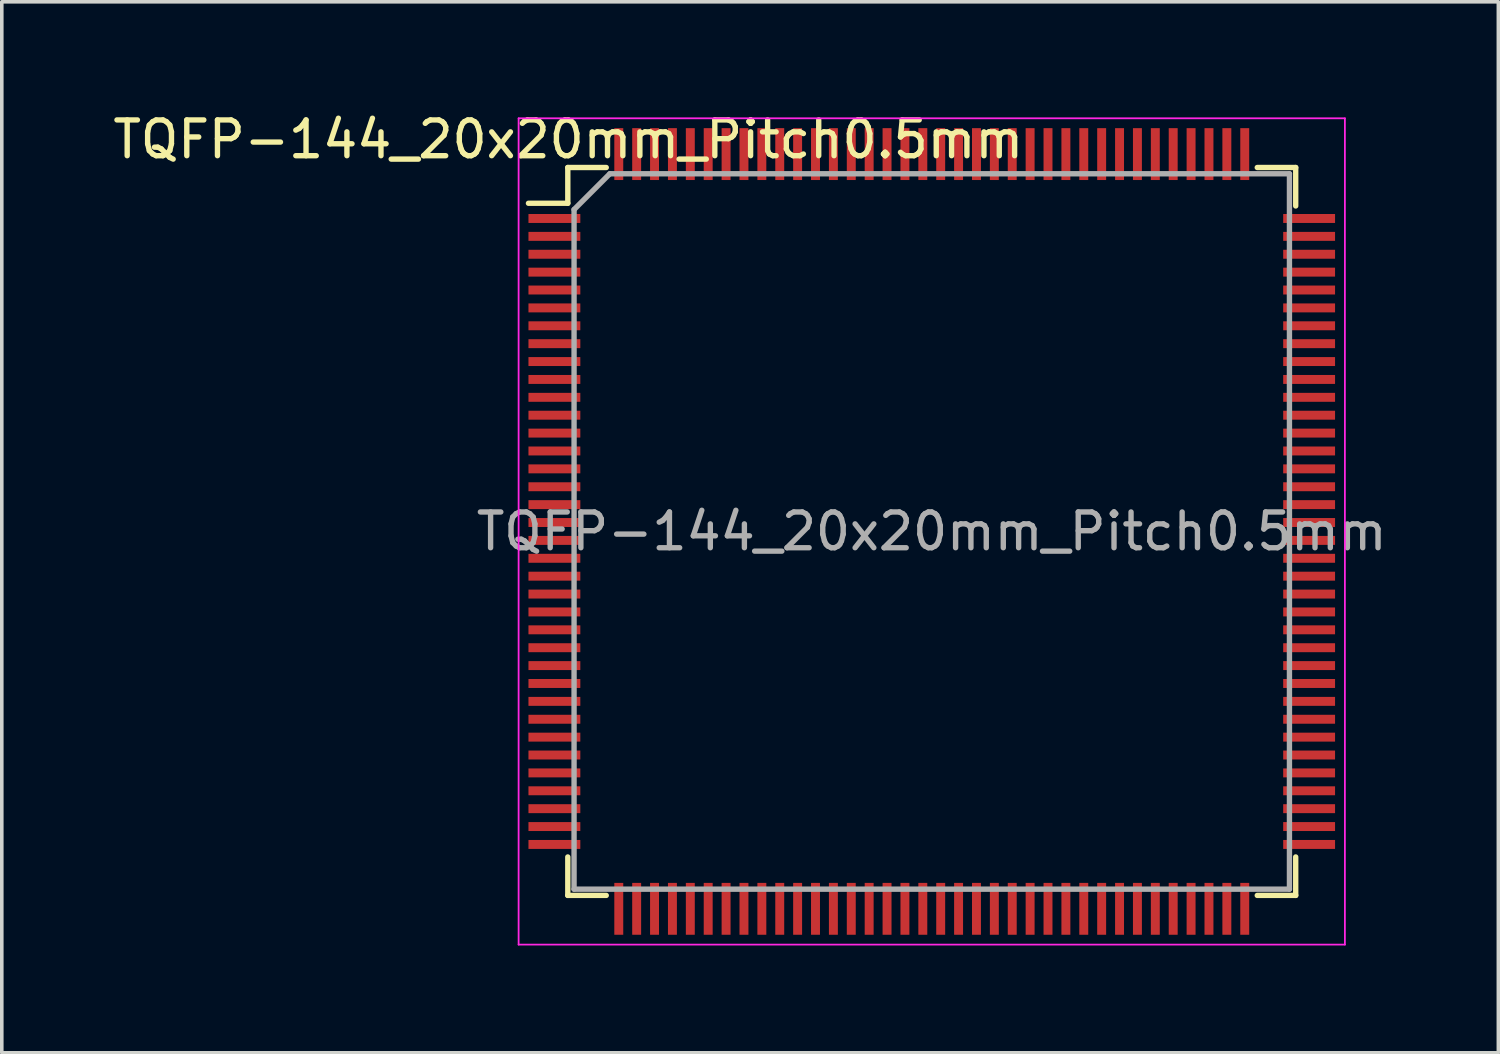
<source format=kicad_pcb>
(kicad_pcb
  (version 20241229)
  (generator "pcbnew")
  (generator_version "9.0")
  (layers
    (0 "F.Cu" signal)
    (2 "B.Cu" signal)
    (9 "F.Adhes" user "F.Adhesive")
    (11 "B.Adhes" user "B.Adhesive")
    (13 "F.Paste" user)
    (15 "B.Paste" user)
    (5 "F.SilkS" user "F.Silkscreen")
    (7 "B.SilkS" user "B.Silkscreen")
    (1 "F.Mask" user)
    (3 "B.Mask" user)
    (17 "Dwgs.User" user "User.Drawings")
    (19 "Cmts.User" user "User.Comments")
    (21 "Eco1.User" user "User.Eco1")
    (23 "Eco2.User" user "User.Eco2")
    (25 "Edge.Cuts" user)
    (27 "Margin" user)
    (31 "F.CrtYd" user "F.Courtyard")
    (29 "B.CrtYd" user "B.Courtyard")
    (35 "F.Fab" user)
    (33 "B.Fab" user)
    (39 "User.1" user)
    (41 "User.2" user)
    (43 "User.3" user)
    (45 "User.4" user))
  (footprint "TQFP-144_20x20mm_Pitch0.5mm"
    (layer "F.Cu")
    (at 22.999 11.808)
    (property "Reference" "TQFP-144_20x20mm_Pitch0.5mm" (at -10.16 -10.96 0) (layer "F.SilkS") (effects (font (size 1 1) (thickness 0.15))))
    (attr smd)
    (fp_line (start -10.175 -10.175) (end -10.175 -9.175) (stroke (width 0.15) (type solid)) (layer "F.SilkS"))
    (fp_line (start -10.175 -10.175) (end -9.1 -10.175) (stroke (width 0.15) (type solid)) (layer "F.SilkS"))
    (fp_line (start -10.175 -9.175) (end -11.275 -9.175) (stroke (width 0.15) (type solid)) (layer "F.SilkS"))
    (fp_line (start -10.175 10.175) (end -10.175 9.1) (stroke (width 0.15) (type solid)) (layer "F.SilkS"))
    (fp_line (start -10.175 10.175) (end -9.1 10.175) (stroke (width 0.15) (type solid)) (layer "F.SilkS"))
    (fp_line (start 10.175 -10.175) (end 9.1 -10.175) (stroke (width 0.15) (type solid)) (layer "F.SilkS"))
    (fp_line (start 10.175 -10.175) (end 10.175 -9.1) (stroke (width 0.15) (type solid)) (layer "F.SilkS"))
    (fp_line (start 10.175 10.175) (end 9.1 10.175) (stroke (width 0.15) (type solid)) (layer "F.SilkS"))
    (fp_line (start 10.175 10.175) (end 10.175 9.1) (stroke (width 0.15) (type solid)) (layer "F.SilkS"))
    (fp_line (start -11.55 -11.55) (end -11.55 11.55) (stroke (width 0.05) (type solid)) (layer "F.CrtYd"))
    (fp_line (start -11.55 -11.55) (end 11.55 -11.55) (stroke (width 0.05) (type solid)) (layer "F.CrtYd"))
    (fp_line (start -11.55 11.55) (end 11.55 11.55) (stroke (width 0.05) (type solid)) (layer "F.CrtYd"))
    (fp_line (start 11.55 -11.55) (end 11.55 11.55) (stroke (width 0.05) (type solid)) (layer "F.CrtYd"))
    (fp_line (start -10 -9) (end -9 -10) (stroke (width 0.15) (type solid)) (layer "F.Fab"))
    (fp_line (start -10 10) (end -10 -9) (stroke (width 0.15) (type solid)) (layer "F.Fab"))
    (fp_line (start -9 -10) (end 10 -10) (stroke (width 0.15) (type solid)) (layer "F.Fab"))
    (fp_line (start 10 -10) (end 10 10) (stroke (width 0.15) (type solid)) (layer "F.Fab"))
    (fp_line (start 10 10) (end -10 10) (stroke (width 0.15) (type solid)) (layer "F.Fab"))
    (fp_text user "${REFERENCE}" (at 0 0 0) (layer "F.Fab") (effects (font (size 1 1) (thickness 0.15))))
    (pad "1" smd rect (at -10.55 -8.75) (size 1.45 0.25) (layers "F.Cu" "F.Mask" "F.Paste"))
    (pad "2" smd rect (at -10.55 -8.25) (size 1.45 0.25) (layers "F.Cu" "F.Mask" "F.Paste"))
    (pad "3" smd rect (at -10.55 -7.75) (size 1.45 0.25) (layers "F.Cu" "F.Mask" "F.Paste"))
    (pad "4" smd rect (at -10.55 -7.25) (size 1.45 0.25) (layers "F.Cu" "F.Mask" "F.Paste"))
    (pad "5" smd rect (at -10.55 -6.75) (size 1.45 0.25) (layers "F.Cu" "F.Mask" "F.Paste"))
    (pad "6" smd rect (at -10.55 -6.25) (size 1.45 0.25) (layers "F.Cu" "F.Mask" "F.Paste"))
    (pad "7" smd rect (at -10.55 -5.75) (size 1.45 0.25) (layers "F.Cu" "F.Mask" "F.Paste"))
    (pad "8" smd rect (at -10.55 -5.25) (size 1.45 0.25) (layers "F.Cu" "F.Mask" "F.Paste"))
    (pad "9" smd rect (at -10.55 -4.75) (size 1.45 0.25) (layers "F.Cu" "F.Mask" "F.Paste"))
    (pad "10" smd rect (at -10.55 -4.25) (size 1.45 0.25) (layers "F.Cu" "F.Mask" "F.Paste"))
    (pad "11" smd rect (at -10.55 -3.75) (size 1.45 0.25) (layers "F.Cu" "F.Mask" "F.Paste"))
    (pad "12" smd rect (at -10.55 -3.25) (size 1.45 0.25) (layers "F.Cu" "F.Mask" "F.Paste"))
    (pad "13" smd rect (at -10.55 -2.75) (size 1.45 0.25) (layers "F.Cu" "F.Mask" "F.Paste"))
    (pad "14" smd rect (at -10.55 -2.25) (size 1.45 0.25) (layers "F.Cu" "F.Mask" "F.Paste"))
    (pad "15" smd rect (at -10.55 -1.75) (size 1.45 0.25) (layers "F.Cu" "F.Mask" "F.Paste"))
    (pad "16" smd rect (at -10.55 -1.25) (size 1.45 0.25) (layers "F.Cu" "F.Mask" "F.Paste"))
    (pad "17" smd rect (at -10.55 -0.75) (size 1.45 0.25) (layers "F.Cu" "F.Mask" "F.Paste"))
    (pad "18" smd rect (at -10.55 -0.25) (size 1.45 0.25) (layers "F.Cu" "F.Mask" "F.Paste"))
    (pad "19" smd rect (at -10.55 0.25) (size 1.45 0.25) (layers "F.Cu" "F.Mask" "F.Paste"))
    (pad "20" smd rect (at -10.55 0.75) (size 1.45 0.25) (layers "F.Cu" "F.Mask" "F.Paste"))
    (pad "21" smd rect (at -10.55 1.25) (size 1.45 0.25) (layers "F.Cu" "F.Mask" "F.Paste"))
    (pad "22" smd rect (at -10.55 1.75) (size 1.45 0.25) (layers "F.Cu" "F.Mask" "F.Paste"))
    (pad "23" smd rect (at -10.55 2.25) (size 1.45 0.25) (layers "F.Cu" "F.Mask" "F.Paste"))
    (pad "24" smd rect (at -10.55 2.75) (size 1.45 0.25) (layers "F.Cu" "F.Mask" "F.Paste"))
    (pad "25" smd rect (at -10.55 3.25) (size 1.45 0.25) (layers "F.Cu" "F.Mask" "F.Paste"))
    (pad "26" smd rect (at -10.55 3.75) (size 1.45 0.25) (layers "F.Cu" "F.Mask" "F.Paste"))
    (pad "27" smd rect (at -10.55 4.25) (size 1.45 0.25) (layers "F.Cu" "F.Mask" "F.Paste"))
    (pad "28" smd rect (at -10.55 4.75) (size 1.45 0.25) (layers "F.Cu" "F.Mask" "F.Paste"))
    (pad "29" smd rect (at -10.55 5.25) (size 1.45 0.25) (layers "F.Cu" "F.Mask" "F.Paste"))
    (pad "30" smd rect (at -10.55 5.75) (size 1.45 0.25) (layers "F.Cu" "F.Mask" "F.Paste"))
    (pad "31" smd rect (at -10.55 6.25) (size 1.45 0.25) (layers "F.Cu" "F.Mask" "F.Paste"))
    (pad "32" smd rect (at -10.55 6.75) (size 1.45 0.25) (layers "F.Cu" "F.Mask" "F.Paste"))
    (pad "33" smd rect (at -10.55 7.25) (size 1.45 0.25) (layers "F.Cu" "F.Mask" "F.Paste"))
    (pad "34" smd rect (at -10.55 7.75) (size 1.45 0.25) (layers "F.Cu" "F.Mask" "F.Paste"))
    (pad "35" smd rect (at -10.55 8.25) (size 1.45 0.25) (layers "F.Cu" "F.Mask" "F.Paste"))
    (pad "36" smd rect (at -10.55 8.75) (size 1.45 0.25) (layers "F.Cu" "F.Mask" "F.Paste"))
    (pad "37" smd rect (at -8.75 10.55 90) (size 1.45 0.25) (layers "F.Cu" "F.Mask" "F.Paste"))
    (pad "38" smd rect (at -8.25 10.55 90) (size 1.45 0.25) (layers "F.Cu" "F.Mask" "F.Paste"))
    (pad "39" smd rect (at -7.75 10.55 90) (size 1.45 0.25) (layers "F.Cu" "F.Mask" "F.Paste"))
    (pad "40" smd rect (at -7.25 10.55 90) (size 1.45 0.25) (layers "F.Cu" "F.Mask" "F.Paste"))
    (pad "41" smd rect (at -6.75 10.55 90) (size 1.45 0.25) (layers "F.Cu" "F.Mask" "F.Paste"))
    (pad "42" smd rect (at -6.25 10.55 90) (size 1.45 0.25) (layers "F.Cu" "F.Mask" "F.Paste"))
    (pad "43" smd rect (at -5.75 10.55 90) (size 1.45 0.25) (layers "F.Cu" "F.Mask" "F.Paste"))
    (pad "44" smd rect (at -5.25 10.55 90) (size 1.45 0.25) (layers "F.Cu" "F.Mask" "F.Paste"))
    (pad "45" smd rect (at -4.75 10.55 90) (size 1.45 0.25) (layers "F.Cu" "F.Mask" "F.Paste"))
    (pad "46" smd rect (at -4.25 10.55 90) (size 1.45 0.25) (layers "F.Cu" "F.Mask" "F.Paste"))
    (pad "47" smd rect (at -3.75 10.55 90) (size 1.45 0.25) (layers "F.Cu" "F.Mask" "F.Paste"))
    (pad "48" smd rect (at -3.25 10.55 90) (size 1.45 0.25) (layers "F.Cu" "F.Mask" "F.Paste"))
    (pad "49" smd rect (at -2.75 10.55 90) (size 1.45 0.25) (layers "F.Cu" "F.Mask" "F.Paste"))
    (pad "50" smd rect (at -2.25 10.55 90) (size 1.45 0.25) (layers "F.Cu" "F.Mask" "F.Paste"))
    (pad "51" smd rect (at -1.75 10.55 90) (size 1.45 0.25) (layers "F.Cu" "F.Mask" "F.Paste"))
    (pad "52" smd rect (at -1.25 10.55 90) (size 1.45 0.25) (layers "F.Cu" "F.Mask" "F.Paste"))
    (pad "53" smd rect (at -0.75 10.55 90) (size 1.45 0.25) (layers "F.Cu" "F.Mask" "F.Paste"))
    (pad "54" smd rect (at -0.25 10.55 90) (size 1.45 0.25) (layers "F.Cu" "F.Mask" "F.Paste"))
    (pad "55" smd rect (at 0.25 10.55 90) (size 1.45 0.25) (layers "F.Cu" "F.Mask" "F.Paste"))
    (pad "56" smd rect (at 0.75 10.55 90) (size 1.45 0.25) (layers "F.Cu" "F.Mask" "F.Paste"))
    (pad "57" smd rect (at 1.25 10.55 90) (size 1.45 0.25) (layers "F.Cu" "F.Mask" "F.Paste"))
    (pad "58" smd rect (at 1.75 10.55 90) (size 1.45 0.25) (layers "F.Cu" "F.Mask" "F.Paste"))
    (pad "59" smd rect (at 2.25 10.55 90) (size 1.45 0.25) (layers "F.Cu" "F.Mask" "F.Paste"))
    (pad "60" smd rect (at 2.75 10.55 90) (size 1.45 0.25) (layers "F.Cu" "F.Mask" "F.Paste"))
    (pad "61" smd rect (at 3.25 10.55 90) (size 1.45 0.25) (layers "F.Cu" "F.Mask" "F.Paste"))
    (pad "62" smd rect (at 3.75 10.55 90) (size 1.45 0.25) (layers "F.Cu" "F.Mask" "F.Paste"))
    (pad "63" smd rect (at 4.25 10.55 90) (size 1.45 0.25) (layers "F.Cu" "F.Mask" "F.Paste"))
    (pad "64" smd rect (at 4.75 10.55 90) (size 1.45 0.25) (layers "F.Cu" "F.Mask" "F.Paste"))
    (pad "65" smd rect (at 5.25 10.55 90) (size 1.45 0.25) (layers "F.Cu" "F.Mask" "F.Paste"))
    (pad "66" smd rect (at 5.75 10.55 90) (size 1.45 0.25) (layers "F.Cu" "F.Mask" "F.Paste"))
    (pad "67" smd rect (at 6.25 10.55 90) (size 1.45 0.25) (layers "F.Cu" "F.Mask" "F.Paste"))
    (pad "68" smd rect (at 6.75 10.55 90) (size 1.45 0.25) (layers "F.Cu" "F.Mask" "F.Paste"))
    (pad "69" smd rect (at 7.25 10.55 90) (size 1.45 0.25) (layers "F.Cu" "F.Mask" "F.Paste"))
    (pad "70" smd rect (at 7.75 10.55 90) (size 1.45 0.25) (layers "F.Cu" "F.Mask" "F.Paste"))
    (pad "71" smd rect (at 8.25 10.55 90) (size 1.45 0.25) (layers "F.Cu" "F.Mask" "F.Paste"))
    (pad "72" smd rect (at 8.75 10.55 90) (size 1.45 0.25) (layers "F.Cu" "F.Mask" "F.Paste"))
    (pad "73" smd rect (at 10.55 8.75) (size 1.45 0.25) (layers "F.Cu" "F.Mask" "F.Paste"))
    (pad "74" smd rect (at 10.55 8.25) (size 1.45 0.25) (layers "F.Cu" "F.Mask" "F.Paste"))
    (pad "75" smd rect (at 10.55 7.75) (size 1.45 0.25) (layers "F.Cu" "F.Mask" "F.Paste"))
    (pad "76" smd rect (at 10.55 7.25) (size 1.45 0.25) (layers "F.Cu" "F.Mask" "F.Paste"))
    (pad "77" smd rect (at 10.55 6.75) (size 1.45 0.25) (layers "F.Cu" "F.Mask" "F.Paste"))
    (pad "78" smd rect (at 10.55 6.25) (size 1.45 0.25) (layers "F.Cu" "F.Mask" "F.Paste"))
    (pad "79" smd rect (at 10.55 5.75) (size 1.45 0.25) (layers "F.Cu" "F.Mask" "F.Paste"))
    (pad "80" smd rect (at 10.55 5.25) (size 1.45 0.25) (layers "F.Cu" "F.Mask" "F.Paste"))
    (pad "81" smd rect (at 10.55 4.75) (size 1.45 0.25) (layers "F.Cu" "F.Mask" "F.Paste"))
    (pad "82" smd rect (at 10.55 4.25) (size 1.45 0.25) (layers "F.Cu" "F.Mask" "F.Paste"))
    (pad "83" smd rect (at 10.55 3.75) (size 1.45 0.25) (layers "F.Cu" "F.Mask" "F.Paste"))
    (pad "84" smd rect (at 10.55 3.25) (size 1.45 0.25) (layers "F.Cu" "F.Mask" "F.Paste"))
    (pad "85" smd rect (at 10.55 2.75) (size 1.45 0.25) (layers "F.Cu" "F.Mask" "F.Paste"))
    (pad "86" smd rect (at 10.55 2.25) (size 1.45 0.25) (layers "F.Cu" "F.Mask" "F.Paste"))
    (pad "87" smd rect (at 10.55 1.75) (size 1.45 0.25) (layers "F.Cu" "F.Mask" "F.Paste"))
    (pad "88" smd rect (at 10.55 1.25) (size 1.45 0.25) (layers "F.Cu" "F.Mask" "F.Paste"))
    (pad "89" smd rect (at 10.55 0.75) (size 1.45 0.25) (layers "F.Cu" "F.Mask" "F.Paste"))
    (pad "90" smd rect (at 10.55 0.25) (size 1.45 0.25) (layers "F.Cu" "F.Mask" "F.Paste"))
    (pad "91" smd rect (at 10.55 -0.25) (size 1.45 0.25) (layers "F.Cu" "F.Mask" "F.Paste"))
    (pad "92" smd rect (at 10.55 -0.75) (size 1.45 0.25) (layers "F.Cu" "F.Mask" "F.Paste"))
    (pad "93" smd rect (at 10.55 -1.25) (size 1.45 0.25) (layers "F.Cu" "F.Mask" "F.Paste"))
    (pad "94" smd rect (at 10.55 -1.75) (size 1.45 0.25) (layers "F.Cu" "F.Mask" "F.Paste"))
    (pad "95" smd rect (at 10.55 -2.25) (size 1.45 0.25) (layers "F.Cu" "F.Mask" "F.Paste"))
    (pad "96" smd rect (at 10.55 -2.75) (size 1.45 0.25) (layers "F.Cu" "F.Mask" "F.Paste"))
    (pad "97" smd rect (at 10.55 -3.25) (size 1.45 0.25) (layers "F.Cu" "F.Mask" "F.Paste"))
    (pad "98" smd rect (at 10.55 -3.75) (size 1.45 0.25) (layers "F.Cu" "F.Mask" "F.Paste"))
    (pad "99" smd rect (at 10.55 -4.25) (size 1.45 0.25) (layers "F.Cu" "F.Mask" "F.Paste"))
    (pad "100" smd rect (at 10.55 -4.75) (size 1.45 0.25) (layers "F.Cu" "F.Mask" "F.Paste"))
    (pad "101" smd rect (at 10.55 -5.25) (size 1.45 0.25) (layers "F.Cu" "F.Mask" "F.Paste"))
    (pad "102" smd rect (at 10.55 -5.75) (size 1.45 0.25) (layers "F.Cu" "F.Mask" "F.Paste"))
    (pad "103" smd rect (at 10.55 -6.25) (size 1.45 0.25) (layers "F.Cu" "F.Mask" "F.Paste"))
    (pad "104" smd rect (at 10.55 -6.75) (size 1.45 0.25) (layers "F.Cu" "F.Mask" "F.Paste"))
    (pad "105" smd rect (at 10.55 -7.25) (size 1.45 0.25) (layers "F.Cu" "F.Mask" "F.Paste"))
    (pad "106" smd rect (at 10.55 -7.75) (size 1.45 0.25) (layers "F.Cu" "F.Mask" "F.Paste"))
    (pad "107" smd rect (at 10.55 -8.25) (size 1.45 0.25) (layers "F.Cu" "F.Mask" "F.Paste"))
    (pad "108" smd rect (at 10.55 -8.75) (size 1.45 0.25) (layers "F.Cu" "F.Mask" "F.Paste"))
    (pad "109" smd rect (at 8.75 -10.55 90) (size 1.45 0.25) (layers "F.Cu" "F.Mask" "F.Paste"))
    (pad "110" smd rect (at 8.25 -10.55 90) (size 1.45 0.25) (layers "F.Cu" "F.Mask" "F.Paste"))
    (pad "111" smd rect (at 7.75 -10.55 90) (size 1.45 0.25) (layers "F.Cu" "F.Mask" "F.Paste"))
    (pad "112" smd rect (at 7.25 -10.55 90) (size 1.45 0.25) (layers "F.Cu" "F.Mask" "F.Paste"))
    (pad "113" smd rect (at 6.75 -10.55 90) (size 1.45 0.25) (layers "F.Cu" "F.Mask" "F.Paste"))
    (pad "114" smd rect (at 6.25 -10.55 90) (size 1.45 0.25) (layers "F.Cu" "F.Mask" "F.Paste"))
    (pad "115" smd rect (at 5.75 -10.55 90) (size 1.45 0.25) (layers "F.Cu" "F.Mask" "F.Paste"))
    (pad "116" smd rect (at 5.25 -10.55 90) (size 1.45 0.25) (layers "F.Cu" "F.Mask" "F.Paste"))
    (pad "117" smd rect (at 4.75 -10.55 90) (size 1.45 0.25) (layers "F.Cu" "F.Mask" "F.Paste"))
    (pad "118" smd rect (at 4.25 -10.55 90) (size 1.45 0.25) (layers "F.Cu" "F.Mask" "F.Paste"))
    (pad "119" smd rect (at 3.75 -10.55 90) (size 1.45 0.25) (layers "F.Cu" "F.Mask" "F.Paste"))
    (pad "120" smd rect (at 3.25 -10.55 90) (size 1.45 0.25) (layers "F.Cu" "F.Mask" "F.Paste"))
    (pad "121" smd rect (at 2.75 -10.55 90) (size 1.45 0.25) (layers "F.Cu" "F.Mask" "F.Paste"))
    (pad "122" smd rect (at 2.25 -10.55 90) (size 1.45 0.25) (layers "F.Cu" "F.Mask" "F.Paste"))
    (pad "123" smd rect (at 1.75 -10.55 90) (size 1.45 0.25) (layers "F.Cu" "F.Mask" "F.Paste"))
    (pad "124" smd rect (at 1.25 -10.55 90) (size 1.45 0.25) (layers "F.Cu" "F.Mask" "F.Paste"))
    (pad "125" smd rect (at 0.75 -10.55 90) (size 1.45 0.25) (layers "F.Cu" "F.Mask" "F.Paste"))
    (pad "126" smd rect (at 0.25 -10.55 90) (size 1.45 0.25) (layers "F.Cu" "F.Mask" "F.Paste"))
    (pad "127" smd rect (at -0.25 -10.55 90) (size 1.45 0.25) (layers "F.Cu" "F.Mask" "F.Paste"))
    (pad "128" smd rect (at -0.75 -10.55 90) (size 1.45 0.25) (layers "F.Cu" "F.Mask" "F.Paste"))
    (pad "129" smd rect (at -1.25 -10.55 90) (size 1.45 0.25) (layers "F.Cu" "F.Mask" "F.Paste"))
    (pad "130" smd rect (at -1.75 -10.55 90) (size 1.45 0.25) (layers "F.Cu" "F.Mask" "F.Paste"))
    (pad "131" smd rect (at -2.25 -10.55 90) (size 1.45 0.25) (layers "F.Cu" "F.Mask" "F.Paste"))
    (pad "132" smd rect (at -2.75 -10.55 90) (size 1.45 0.25) (layers "F.Cu" "F.Mask" "F.Paste"))
    (pad "133" smd rect (at -3.25 -10.55 90) (size 1.45 0.25) (layers "F.Cu" "F.Mask" "F.Paste"))
    (pad "134" smd rect (at -3.75 -10.55 90) (size 1.45 0.25) (layers "F.Cu" "F.Mask" "F.Paste"))
    (pad "135" smd rect (at -4.25 -10.55 90) (size 1.45 0.25) (layers "F.Cu" "F.Mask" "F.Paste"))
    (pad "136" smd rect (at -4.75 -10.55 90) (size 1.45 0.25) (layers "F.Cu" "F.Mask" "F.Paste"))
    (pad "137" smd rect (at -5.25 -10.55 90) (size 1.45 0.25) (layers "F.Cu" "F.Mask" "F.Paste"))
    (pad "138" smd rect (at -5.75 -10.55 90) (size 1.45 0.25) (layers "F.Cu" "F.Mask" "F.Paste"))
    (pad "139" smd rect (at -6.25 -10.55 90) (size 1.45 0.25) (layers "F.Cu" "F.Mask" "F.Paste"))
    (pad "140" smd rect (at -6.75 -10.55 90) (size 1.45 0.25) (layers "F.Cu" "F.Mask" "F.Paste"))
    (pad "141" smd rect (at -7.25 -10.55 90) (size 1.45 0.25) (layers "F.Cu" "F.Mask" "F.Paste"))
    (pad "142" smd rect (at -7.75 -10.55 90) (size 1.45 0.25) (layers "F.Cu" "F.Mask" "F.Paste"))
    (pad "143" smd rect (at -8.25 -10.55 90) (size 1.45 0.25) (layers "F.Cu" "F.Mask" "F.Paste"))
    (pad "144" smd rect (at -8.75 -10.55 90) (size 1.45 0.25) (layers "F.Cu" "F.Mask" "F.Paste")))
  (gr_rect
    (start -3 -3)
    (end 38.839 26.383)
    (stroke (width 0.1) (type default))
    (fill no)
    (layer "Edge.Cuts")))
</source>
